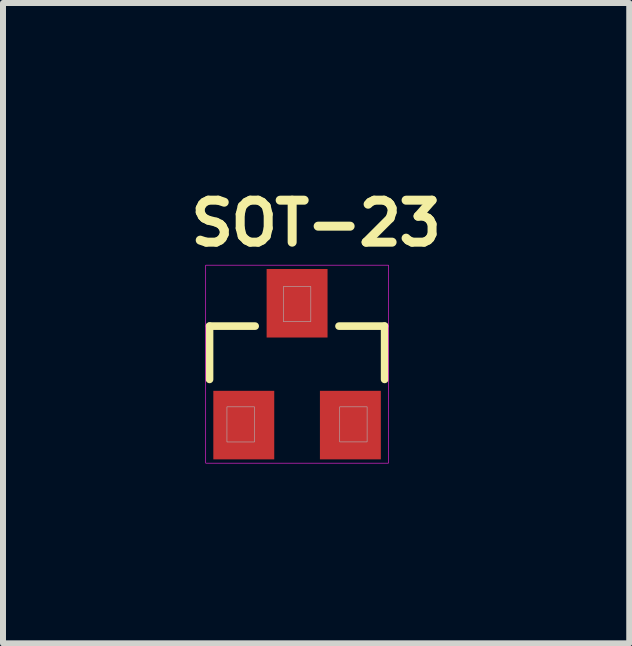
<source format=kicad_pcb>
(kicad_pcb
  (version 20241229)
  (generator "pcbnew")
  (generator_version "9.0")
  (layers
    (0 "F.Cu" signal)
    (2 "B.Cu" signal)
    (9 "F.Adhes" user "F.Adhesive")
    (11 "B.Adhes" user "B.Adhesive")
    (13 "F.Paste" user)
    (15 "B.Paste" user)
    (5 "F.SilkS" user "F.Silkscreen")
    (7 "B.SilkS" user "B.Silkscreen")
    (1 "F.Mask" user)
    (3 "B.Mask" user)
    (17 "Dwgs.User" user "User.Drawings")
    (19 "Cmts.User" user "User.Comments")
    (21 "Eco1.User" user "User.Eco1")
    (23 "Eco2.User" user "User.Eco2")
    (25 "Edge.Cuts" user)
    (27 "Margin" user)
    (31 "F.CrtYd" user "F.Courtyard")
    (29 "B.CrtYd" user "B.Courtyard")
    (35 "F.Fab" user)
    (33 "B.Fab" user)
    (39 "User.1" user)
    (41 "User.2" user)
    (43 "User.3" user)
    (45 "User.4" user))
  (footprint "SOT-23"
    (layer "F.Cu")
    (at 1.905 3.024)
    (property "Reference" "SOT-23" (at 0.318 -2.351 0) (layer "F.SilkS") (effects (font (size 0.7 0.7) (thickness 0.15))))
    (attr through_hole)
    (fp_line (start -1.46 -0.635) (end -1.46 0.254) (stroke (width 0.127) (type solid)) (layer "F.SilkS"))
    (fp_line (start -0.699 -0.635) (end -1.46 -0.635) (stroke (width 0.127) (type solid)) (layer "F.SilkS"))
    (fp_line (start 1.46 -0.635) (end 0.699 -0.635) (stroke (width 0.127) (type solid)) (layer "F.SilkS"))
    (fp_line (start 1.46 0.254) (end 1.46 -0.635) (stroke (width 0.127) (type solid)) (layer "F.SilkS"))
    (fp_poly (pts (xy -1.524 -1.651) (xy 1.524 -1.651) (xy 1.524 1.651) (xy -1.524 1.651)) (stroke (width 0.01) (type solid)) (fill no) (layer "F.CrtYd"))
    (fp_poly (pts (xy -1.17 0.711) (xy -0.711 0.711) (xy -0.711 1.297) (xy -1.17 1.297)) (stroke (width 0.01) (type solid)) (fill no) (layer "F.Fab"))
    (fp_poly (pts (xy -0.229 -1.295) (xy 0.229 -1.295) (xy 0.229 -0.711) (xy -0.229 -0.711)) (stroke (width 0.01) (type solid)) (fill no) (layer "F.Fab"))
    (fp_poly (pts (xy 0.711 0.711) (xy 1.168 0.711) (xy 1.168 1.296) (xy 0.711 1.296)) (stroke (width 0.01) (type solid)) (fill no) (layer "F.Fab"))
    (pad "1" smd rect (at -0.889 1.016 180) (size 1.016 1.143) (layers "F.Cu" "F.Mask" "F.Paste"))
    (pad "2" smd rect (at 0.889 1.016) (size 1.016 1.143) (layers "F.Cu" "F.Mask" "F.Paste"))
    (pad "3" smd rect (at 0 -1.016) (size 1.016 1.143) (layers "F.Cu" "F.Mask" "F.Paste")))
  (gr_rect
    (start -3 -3)
    (end 7.445 7.68)
    (stroke (width 0.1) (type default))
    (fill no)
    (layer "Edge.Cuts")))
</source>
